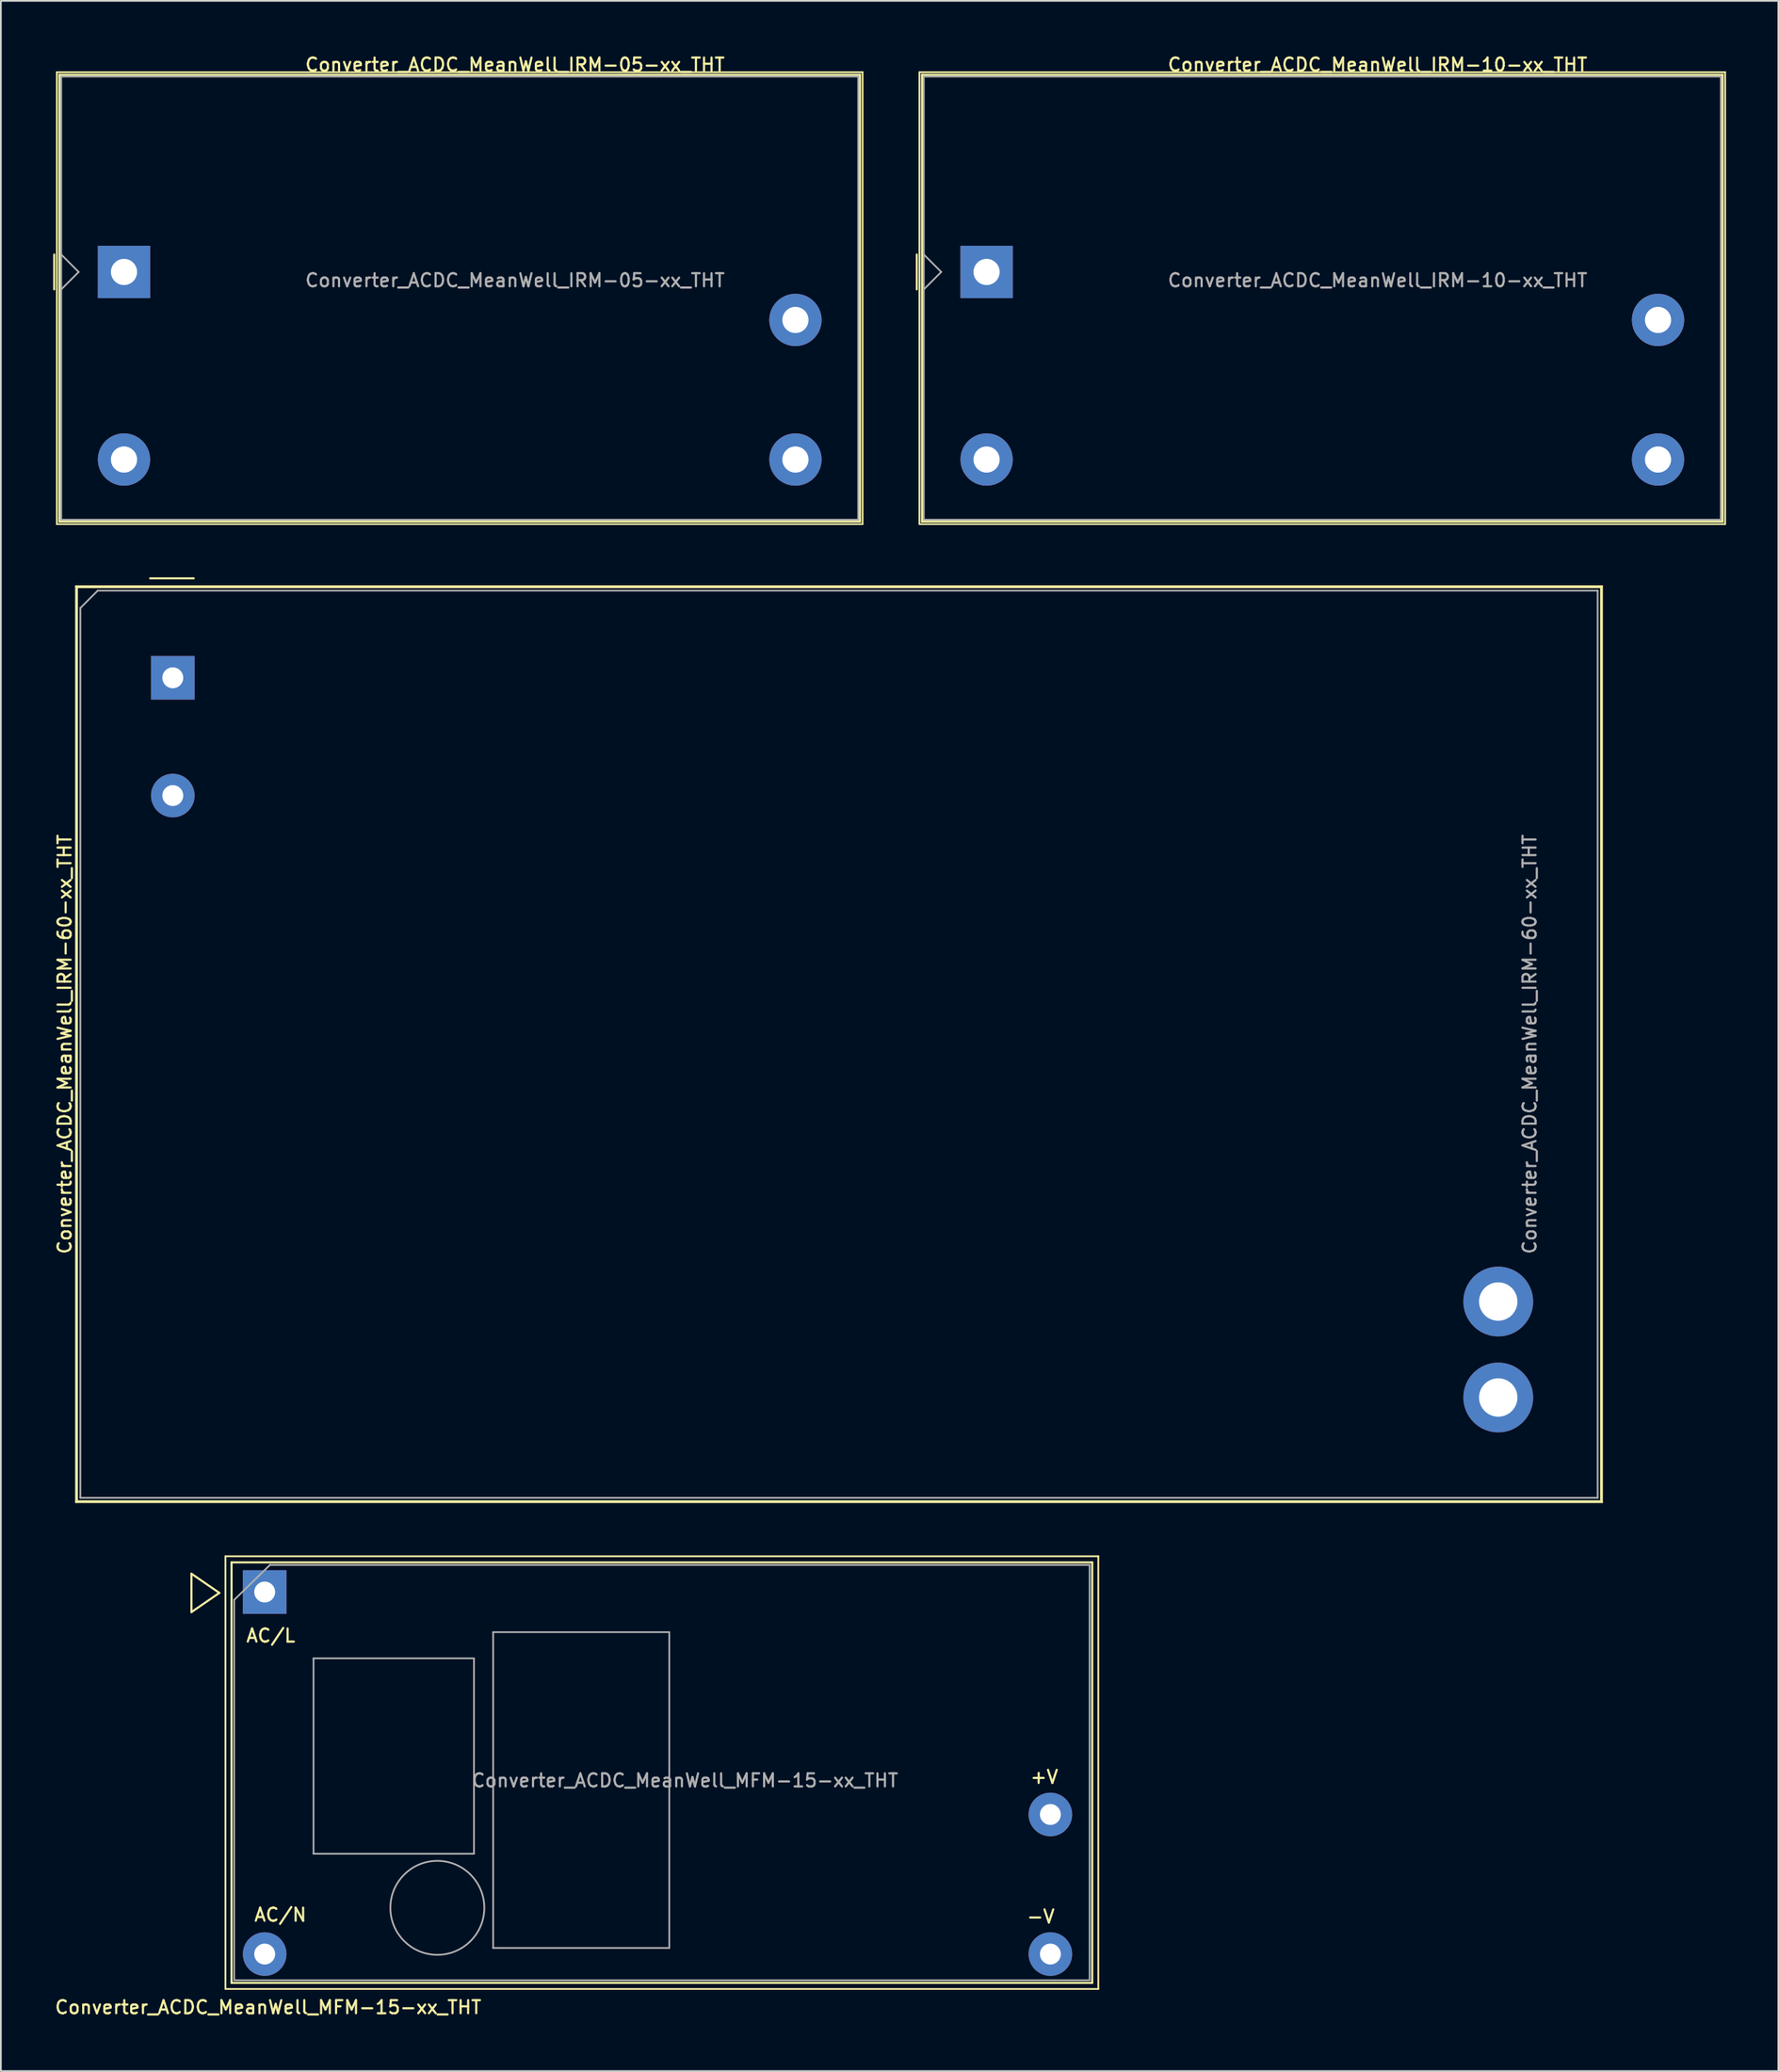
<source format=kicad_pcb>
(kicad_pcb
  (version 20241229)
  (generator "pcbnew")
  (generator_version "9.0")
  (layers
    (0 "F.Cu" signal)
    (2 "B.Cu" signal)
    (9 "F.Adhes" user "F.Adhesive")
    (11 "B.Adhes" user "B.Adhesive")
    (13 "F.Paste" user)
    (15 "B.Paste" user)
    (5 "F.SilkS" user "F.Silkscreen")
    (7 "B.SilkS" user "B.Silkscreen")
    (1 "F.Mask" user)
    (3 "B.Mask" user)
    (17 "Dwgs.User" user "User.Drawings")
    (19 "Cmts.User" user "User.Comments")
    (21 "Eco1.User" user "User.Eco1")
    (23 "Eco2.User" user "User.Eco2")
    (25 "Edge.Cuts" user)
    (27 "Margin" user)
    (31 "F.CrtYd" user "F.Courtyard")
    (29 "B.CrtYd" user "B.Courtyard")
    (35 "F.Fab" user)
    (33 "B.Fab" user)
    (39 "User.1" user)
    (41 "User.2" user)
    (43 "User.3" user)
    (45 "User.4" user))
  (footprint "Converter_ACDC_MeanWell_IRM-60-xx_THT"
    (layer "F.Cu")
    (at 6.858 35.798)
    (property "Reference" "Converter_ACDC_MeanWell_IRM-60-xx_THT" (at -6.2 21 90) (layer "F.SilkS") (effects (font (size 0.75 0.75) (thickness 0.125))))
    (attr through_hole)
    (fp_line (start -5.55 -5.25) (end 81.95 -5.25) (stroke (width 0.1) (type solid)) (layer "F.SilkS"))
    (fp_line (start -5.55 47.25) (end -5.55 -5.25) (stroke (width 0.1) (type solid)) (layer "F.SilkS"))
    (fp_line (start -5.5 -5.2) (end -5.5 47.2) (stroke (width 0.12) (type solid)) (layer "F.SilkS"))
    (fp_line (start -5.5 47.2) (end 81.9 47.2) (stroke (width 0.12) (type solid)) (layer "F.SilkS"))
    (fp_line (start -1.3 -5.7) (end 1.2 -5.7) (stroke (width 0.12) (type solid)) (layer "F.SilkS"))
    (fp_line (start 81.9 -5.2) (end -5.5 -5.2) (stroke (width 0.12) (type solid)) (layer "F.SilkS"))
    (fp_line (start 81.9 47.2) (end 81.9 -5.2) (stroke (width 0.12) (type solid)) (layer "F.SilkS"))
    (fp_line (start 81.95 -5.25) (end 81.95 47.25) (stroke (width 0.1) (type solid)) (layer "F.SilkS"))
    (fp_line (start 81.95 47.25) (end -5.55 47.25) (stroke (width 0.1) (type solid)) (layer "F.SilkS"))
    (fp_line (start -5.3 -4) (end -4.3 -5) (stroke (width 0.1) (type solid)) (layer "F.Fab"))
    (fp_line (start -5.3 47) (end -5.3 -4) (stroke (width 0.1) (type solid)) (layer "F.Fab"))
    (fp_line (start -5.3 47) (end 81.7 47) (stroke (width 0.1) (type solid)) (layer "F.Fab"))
    (fp_line (start -4.3 -5) (end 81.7 -5) (stroke (width 0.1) (type solid)) (layer "F.Fab"))
    (fp_line (start 81.7 47) (end 81.7 -5) (stroke (width 0.1) (type solid)) (layer "F.Fab"))
    (fp_text user "${REFERENCE}" (at 77.8 21 90) (layer "F.Fab") (effects (font (size 0.75 0.75) (thickness 0.125))))
    (pad "1" thru_hole rect (at 0 0) (size 2.5 2.5) (drill 1.2) (layers "*.Cu" "*.Mask"))
    (pad "2" thru_hole circle (at 0 6.75) (size 2.5 2.5) (drill 1.2) (layers "*.Cu" "*.Mask"))
    (pad "3" thru_hole circle (at 76 41.25) (size 4 4) (drill 2.2) (layers "*.Cu" "*.Mask"))
    (pad "4" thru_hole circle (at 76 35.75) (size 4 4) (drill 2.2) (layers "*.Cu" "*.Mask")))
  (footprint "Converter_ACDC_MeanWell_IRM-05-xx_THT"
    (layer "F.Cu")
    (at 4.06 12.538)
    (property "Reference" "Converter_ACDC_MeanWell_IRM-05-xx_THT" (at 22.42 -11.88 0) (layer "F.SilkS") (effects (font (size 0.75 0.75) (thickness 0.125))))
    (attr through_hole)
    (fp_line (start -4 -1) (end -4 1) (stroke (width 0.12) (type solid)) (layer "F.SilkS"))
    (fp_line (start -3.85 -11.45) (end -3.85 14.45) (stroke (width 0.1) (type solid)) (layer "F.SilkS"))
    (fp_line (start -3.85 -11.45) (end 42.35 -11.45) (stroke (width 0.1) (type solid)) (layer "F.SilkS"))
    (fp_line (start -3.85 14.45) (end 42.35 14.45) (stroke (width 0.1) (type solid)) (layer "F.SilkS"))
    (fp_line (start -3.7 -11.3) (end -3.7 14.3) (stroke (width 0.12) (type solid)) (layer "F.SilkS"))
    (fp_line (start -3.7 -11.3) (end 42.2 -11.3) (stroke (width 0.12) (type solid)) (layer "F.SilkS"))
    (fp_line (start -3.7 14.3) (end 42.2 14.3) (stroke (width 0.12) (type solid)) (layer "F.SilkS"))
    (fp_line (start 42.2 -11.3) (end 42.2 14.3) (stroke (width 0.12) (type solid)) (layer "F.SilkS"))
    (fp_line (start 42.35 -11.45) (end 42.35 14.45) (stroke (width 0.1) (type solid)) (layer "F.SilkS"))
    (fp_line (start -3.6 -11.2) (end -3.6 14.2) (stroke (width 0.1) (type solid)) (layer "F.Fab"))
    (fp_line (start -3.6 14.2) (end 42.1 14.2) (stroke (width 0.1) (type solid)) (layer "F.Fab"))
    (fp_line (start -2.6 0) (end -3.6 -1) (stroke (width 0.1) (type solid)) (layer "F.Fab"))
    (fp_line (start -2.6 0) (end -3.6 1) (stroke (width 0.1) (type solid)) (layer "F.Fab"))
    (fp_line (start 42.1 -11.2) (end -3.6 -11.2) (stroke (width 0.1) (type solid)) (layer "F.Fab"))
    (fp_line (start 42.1 -11.2) (end 42.1 14.2) (stroke (width 0.1) (type solid)) (layer "F.Fab"))
    (fp_text user "${REFERENCE}" (at 22.42 0.48 0) (layer "F.Fab") (effects (font (size 0.75 0.75) (thickness 0.125))))
    (pad "1" thru_hole rect (at 0 0) (size 3 3) (drill 1.5) (layers "*.Cu" "*.Mask"))
    (pad "2" thru_hole circle (at 0 10.75) (size 3 3) (drill 1.5) (layers "*.Cu" "*.Mask"))
    (pad "3" thru_hole circle (at 38.5 10.75) (size 3 3) (drill 1.5) (layers "*.Cu" "*.Mask"))
    (pad "4" thru_hole circle (at 38.5 2.75) (size 3 3) (drill 1.5) (layers "*.Cu" "*.Mask")))
  (footprint "Converter_ACDC_MeanWell_IRM-10-xx_THT"
    (layer "F.Cu")
    (at 53.52 12.538)
    (property "Reference" "Converter_ACDC_MeanWell_IRM-10-xx_THT" (at 22.42 -11.88 0) (layer "F.SilkS") (effects (font (size 0.75 0.75) (thickness 0.125))))
    (attr through_hole)
    (fp_line (start -4 -1) (end -4 1) (stroke (width 0.12) (type solid)) (layer "F.SilkS"))
    (fp_line (start -3.85 -11.45) (end -3.85 14.45) (stroke (width 0.1) (type solid)) (layer "F.SilkS"))
    (fp_line (start -3.85 -11.45) (end 42.35 -11.45) (stroke (width 0.1) (type solid)) (layer "F.SilkS"))
    (fp_line (start -3.85 14.45) (end 42.35 14.45) (stroke (width 0.1) (type solid)) (layer "F.SilkS"))
    (fp_line (start -3.7 -11.3) (end -3.7 14.3) (stroke (width 0.12) (type solid)) (layer "F.SilkS"))
    (fp_line (start -3.7 -11.3) (end 42.2 -11.3) (stroke (width 0.12) (type solid)) (layer "F.SilkS"))
    (fp_line (start -3.7 14.3) (end 42.2 14.3) (stroke (width 0.12) (type solid)) (layer "F.SilkS"))
    (fp_line (start 42.2 -11.3) (end 42.2 14.3) (stroke (width 0.12) (type solid)) (layer "F.SilkS"))
    (fp_line (start 42.35 -11.45) (end 42.35 14.45) (stroke (width 0.1) (type solid)) (layer "F.SilkS"))
    (fp_line (start -3.6 -11.2) (end -3.6 14.2) (stroke (width 0.1) (type solid)) (layer "F.Fab"))
    (fp_line (start -3.6 -1) (end -2.6 0) (stroke (width 0.1) (type solid)) (layer "F.Fab"))
    (fp_line (start -3.6 1) (end -2.6 0) (stroke (width 0.1) (type solid)) (layer "F.Fab"))
    (fp_line (start -3.6 14.2) (end 42.1 14.2) (stroke (width 0.1) (type solid)) (layer "F.Fab"))
    (fp_line (start 42.1 -11.2) (end -3.6 -11.2) (stroke (width 0.1) (type solid)) (layer "F.Fab"))
    (fp_line (start 42.1 -11.2) (end 42.1 14.2) (stroke (width 0.1) (type solid)) (layer "F.Fab"))
    (fp_text user "${REFERENCE}" (at 22.42 0.48 0) (layer "F.Fab") (effects (font (size 0.75 0.75) (thickness 0.125))))
    (pad "1" thru_hole rect (at 0 0) (size 3 3) (drill 1.5) (layers "*.Cu" "*.Mask"))
    (pad "2" thru_hole circle (at 0 10.75) (size 3 3) (drill 1.5) (layers "*.Cu" "*.Mask"))
    (pad "3" thru_hole circle (at 38.5 10.75) (size 3 3) (drill 1.5) (layers "*.Cu" "*.Mask"))
    (pad "4" thru_hole circle (at 38.5 2.75) (size 3 3) (drill 1.5) (layers "*.Cu" "*.Mask")))
  (footprint "Converter_ACDC_MeanWell_MFM-15-xx_THT"
    (layer "F.Cu")
    (at 12.127 88.198)
    (property "Reference" "Converter_ACDC_MeanWell_MFM-15-xx_THT" (at 0.2 23.8 0) (layer "F.SilkS") (effects (font (size 0.75 0.75) (thickness 0.125))))
    (attr through_hole)
    (fp_line (start -4.2 1.15) (end -4.2 -1.05) (stroke (width 0.12) (type default)) (layer "F.SilkS"))
    (fp_line (start -2.6 0.05) (end -4.2 -1.05) (stroke (width 0.12) (type default)) (layer "F.SilkS"))
    (fp_line (start -2.6 0.05) (end -4.2 1.15) (stroke (width 0.12) (type default)) (layer "F.SilkS"))
    (fp_line (start -2.25 -2.05) (end -2.25 22.75) (stroke (width 0.1) (type solid)) (layer "F.SilkS"))
    (fp_line (start -2.25 22.75) (end 47.8 22.75) (stroke (width 0.1) (type solid)) (layer "F.SilkS"))
    (fp_line (start -1.9 -1.7) (end -1.9 22.4) (stroke (width 0.12) (type solid)) (layer "F.SilkS"))
    (fp_line (start -1.9 22.4) (end 47.45 22.4) (stroke (width 0.12) (type solid)) (layer "F.SilkS"))
    (fp_line (start 47.45 -1.7) (end -1.9 -1.7) (stroke (width 0.12) (type solid)) (layer "F.SilkS"))
    (fp_line (start 47.45 22.4) (end 47.45 -1.7) (stroke (width 0.12) (type solid)) (layer "F.SilkS"))
    (fp_line (start 47.8 -2.05) (end -2.25 -2.05) (stroke (width 0.1) (type solid)) (layer "F.SilkS"))
    (fp_line (start 47.8 22.75) (end 47.8 -2.05) (stroke (width 0.1) (type solid)) (layer "F.SilkS"))
    (fp_line (start -1.75 0.45) (end -1.75 22.25) (stroke (width 0.1) (type solid)) (layer "F.Fab"))
    (fp_line (start -1.75 22.25) (end 47.3 22.25) (stroke (width 0.1) (type solid)) (layer "F.Fab"))
    (fp_line (start 0.3 -1.55) (end -1.75 0.45) (stroke (width 0.1) (type default)) (layer "F.Fab"))
    (fp_line (start 2.8 3.8) (end 12 3.8) (stroke (width 0.1) (type solid)) (layer "F.Fab"))
    (fp_line (start 2.8 15) (end 2.8 3.8) (stroke (width 0.1) (type solid)) (layer "F.Fab"))
    (fp_line (start 12 3.8) (end 12 15) (stroke (width 0.1) (type solid)) (layer "F.Fab"))
    (fp_line (start 12 15) (end 2.8 15) (stroke (width 0.1) (type solid)) (layer "F.Fab"))
    (fp_line (start 13.1 2.3) (end 23.2 2.3) (stroke (width 0.1) (type solid)) (layer "F.Fab"))
    (fp_line (start 13.1 20.4) (end 13.1 2.3) (stroke (width 0.1) (type solid)) (layer "F.Fab"))
    (fp_line (start 23.2 2.3) (end 23.2 20.4) (stroke (width 0.1) (type solid)) (layer "F.Fab"))
    (fp_line (start 23.2 20.4) (end 13.1 20.4) (stroke (width 0.1) (type solid)) (layer "F.Fab"))
    (fp_line (start 47.3 -1.55) (end 0.3 -1.55) (stroke (width 0.1) (type solid)) (layer "F.Fab"))
    (fp_line (start 47.3 22.25) (end 47.3 -1.55) (stroke (width 0.1) (type solid)) (layer "F.Fab"))
    (fp_circle (center 9.9 18.1) (end 12.593 18.1) (stroke (width 0.1) (type solid)) (fill no) (layer "F.Fab"))
    (fp_text user "AC/N" (at 0.9 18.5 0) (layer "F.SilkS") (effects (font (size 0.75 0.75) (thickness 0.125))))
    (fp_text user "-V" (at 44.5 18.6 0) (layer "F.SilkS") (effects (font (size 0.75 0.75) (thickness 0.125))))
    (fp_text user "AC/L" (at 0.35 2.5 0) (layer "F.SilkS") (effects (font (size 0.75 0.75) (thickness 0.125))))
    (fp_text user "+V" (at 44.7 10.6 0) (layer "F.SilkS") (effects (font (size 0.75 0.75) (thickness 0.125))))
    (fp_text user "${REFERENCE}" (at 24.1 10.8 180) (layer "F.Fab") (effects (font (size 0.75 0.75) (thickness 0.125))))
    (pad "1" thru_hole rect (at 0 0) (size 2.5 2.5) (drill 1.2) (layers "*.Cu" "*.Mask"))
    (pad "2" thru_hole circle (at 0 20.75) (size 2.5 2.5) (drill 1.2) (layers "*.Cu" "*.Mask"))
    (pad "3" thru_hole circle (at 45.05 20.75) (size 2.5 2.5) (drill 1.2) (layers "*.Cu" "*.Mask"))
    (pad "4" thru_hole circle (at 45.05 12.75) (size 2.5 2.5) (drill 1.2) (layers "*.Cu" "*.Mask")))
  (gr_rect
    (start -3 -3)
    (end 98.92 115.656)
    (stroke (width 0.1) (type default))
    (fill no)
    (layer "Edge.Cuts")))
</source>
